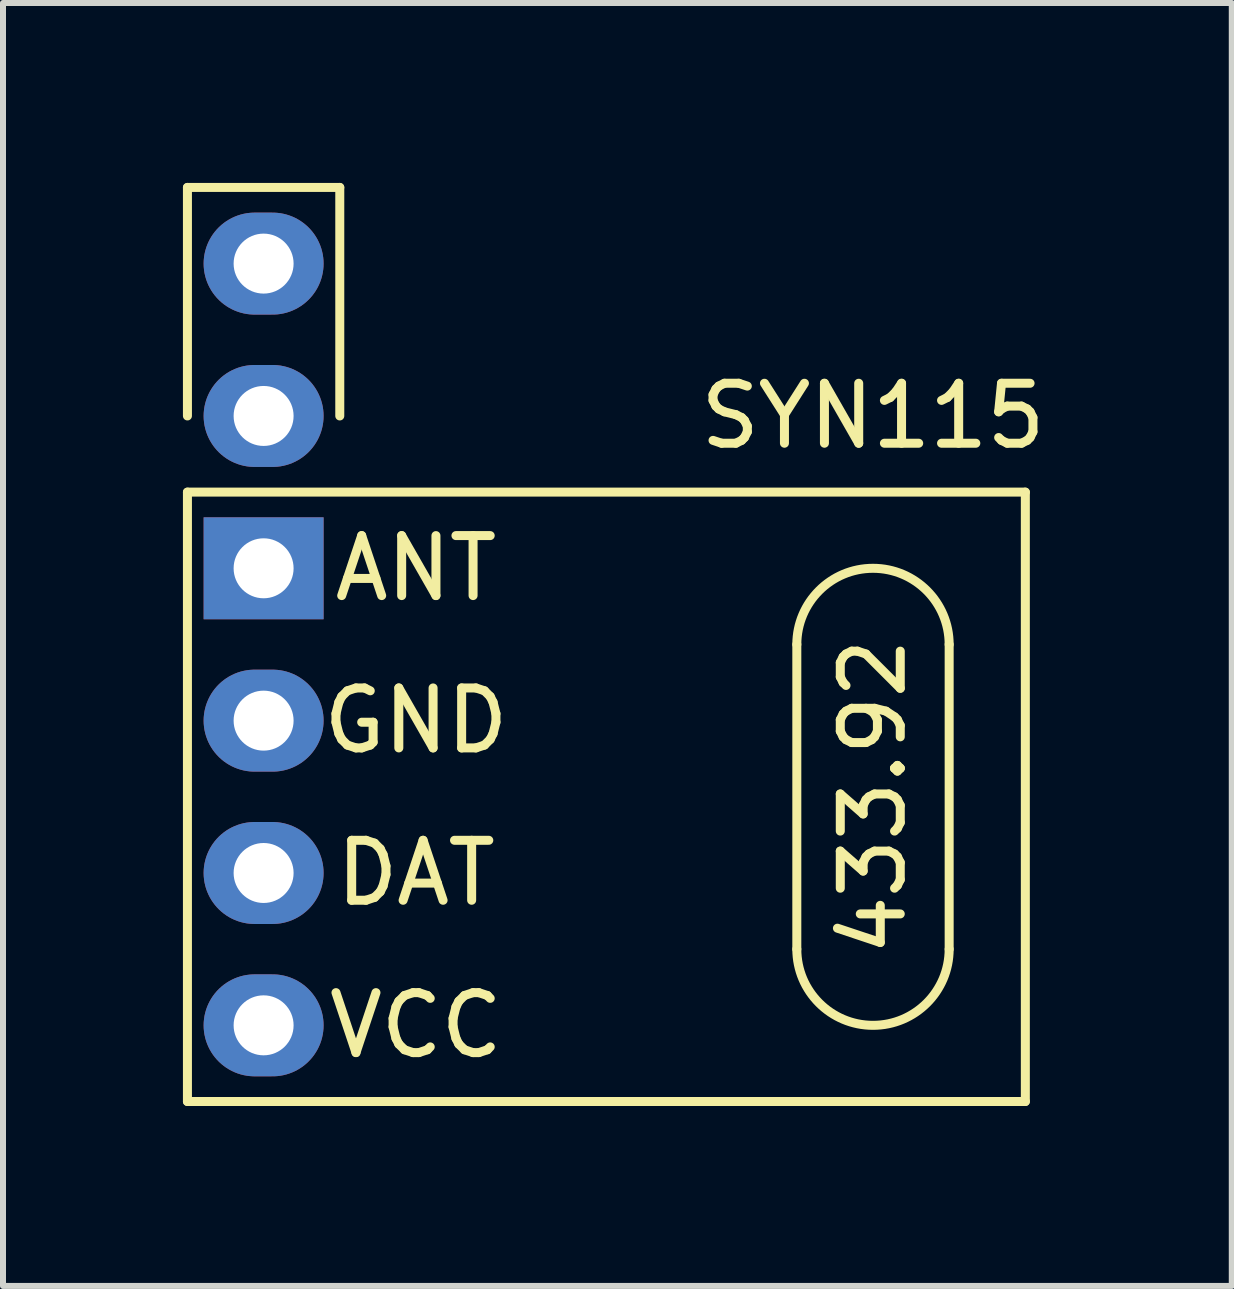
<source format=kicad_pcb>
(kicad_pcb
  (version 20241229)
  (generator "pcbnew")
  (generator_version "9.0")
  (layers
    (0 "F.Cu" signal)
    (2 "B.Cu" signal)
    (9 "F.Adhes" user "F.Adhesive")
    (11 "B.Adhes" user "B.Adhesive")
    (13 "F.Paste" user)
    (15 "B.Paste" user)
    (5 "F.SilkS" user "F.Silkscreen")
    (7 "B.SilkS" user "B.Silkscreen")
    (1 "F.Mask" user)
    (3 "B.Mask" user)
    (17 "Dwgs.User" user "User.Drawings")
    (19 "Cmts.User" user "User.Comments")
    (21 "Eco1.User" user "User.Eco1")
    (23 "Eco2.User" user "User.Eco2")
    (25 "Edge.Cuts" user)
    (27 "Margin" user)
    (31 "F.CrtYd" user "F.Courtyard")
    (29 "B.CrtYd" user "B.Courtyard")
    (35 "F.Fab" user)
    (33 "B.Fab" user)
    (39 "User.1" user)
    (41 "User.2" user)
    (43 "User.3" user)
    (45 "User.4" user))
  (footprint "SYN115"
    (layer "F.Cu")
    (at 1.345 8.965)
    (property "Reference" "SYN115" (at 10.16 -5.08 0) (layer "F.SilkS") (effects (font (size 1 1) (thickness 0.15))))
    (attr through_hole)
    (fp_line (start -1.27 -8.89) (end 1.27 -8.89) (stroke (width 0.15) (type solid)) (layer "F.SilkS"))
    (fp_line (start -1.27 -5.08) (end -1.27 -8.89) (stroke (width 0.15) (type solid)) (layer "F.SilkS"))
    (fp_line (start -1.27 -3.81) (end 12.7 -3.81) (stroke (width 0.15) (type solid)) (layer "F.SilkS"))
    (fp_line (start -1.27 6.35) (end -1.27 -3.81) (stroke (width 0.15) (type solid)) (layer "F.SilkS"))
    (fp_line (start 1.27 -8.89) (end 1.27 -5.08) (stroke (width 0.15) (type solid)) (layer "F.SilkS"))
    (fp_line (start 8.89 -1.27) (end 8.89 3.81) (stroke (width 0.15) (type solid)) (layer "F.SilkS"))
    (fp_line (start 11.43 -1.27) (end 11.43 3.81) (stroke (width 0.15) (type solid)) (layer "F.SilkS"))
    (fp_line (start 12.7 -3.81) (end 12.7 6.35) (stroke (width 0.15) (type solid)) (layer "F.SilkS"))
    (fp_line (start 12.7 6.35) (end -1.27 6.35) (stroke (width 0.15) (type solid)) (layer "F.SilkS"))
    (fp_arc (start 8.89 -1.27) (mid 10.16 -2.54) (end 11.43 -1.27) (stroke (width 0.15) (type solid)) (layer "F.SilkS"))
    (fp_arc (start 11.43 3.81) (mid 10.16 5.08) (end 8.89 3.81) (stroke (width 0.15) (type solid)) (layer "F.SilkS"))
    (fp_text user "VCC" (at 2.54 5.08 0) (layer "F.SilkS") (effects (font (size 1 1) (thickness 0.15))))
    (fp_text user "GND" (at 2.54 0 0) (layer "F.SilkS") (effects (font (size 1 1) (thickness 0.15))))
    (fp_text user "ANT" (at 2.54 -2.54 0) (layer "F.SilkS") (effects (font (size 1 1) (thickness 0.15))))
    (fp_text user "433.92" (at 10.16 1.27 90) (layer "F.SilkS") (effects (font (size 1 1) (thickness 0.15))))
    (fp_text user "DAT" (at 2.54 2.54 0) (layer "F.SilkS") (effects (font (size 1 1) (thickness 0.15))))
    (pad "1" thru_hole oval (at 0 -7.62) (size 2 1.7) (drill 1) (layers "*.Cu" "*.Mask"))
    (pad "1" thru_hole oval (at 0 -5.08) (size 2 1.7) (drill 1) (layers "*.Cu" "*.Mask"))
    (pad "1" thru_hole rect (at 0 -2.54) (size 2 1.7) (drill 1) (layers "*.Cu" "*.Mask"))
    (pad "2" thru_hole oval (at 0 0) (size 2 1.7) (drill 1) (layers "*.Cu" "*.Mask"))
    (pad "3" thru_hole oval (at 0 2.54) (size 2 1.7) (drill 1) (layers "*.Cu" "*.Mask"))
    (pad "4" thru_hole oval (at 0 5.08) (size 2 1.7) (drill 1) (layers "*.Cu" "*.Mask")))
  (gr_rect
    (start -3 -3)
    (end 17.487 18.39)
    (stroke (width 0.1) (type default))
    (fill no)
    (layer "Edge.Cuts")))
</source>
